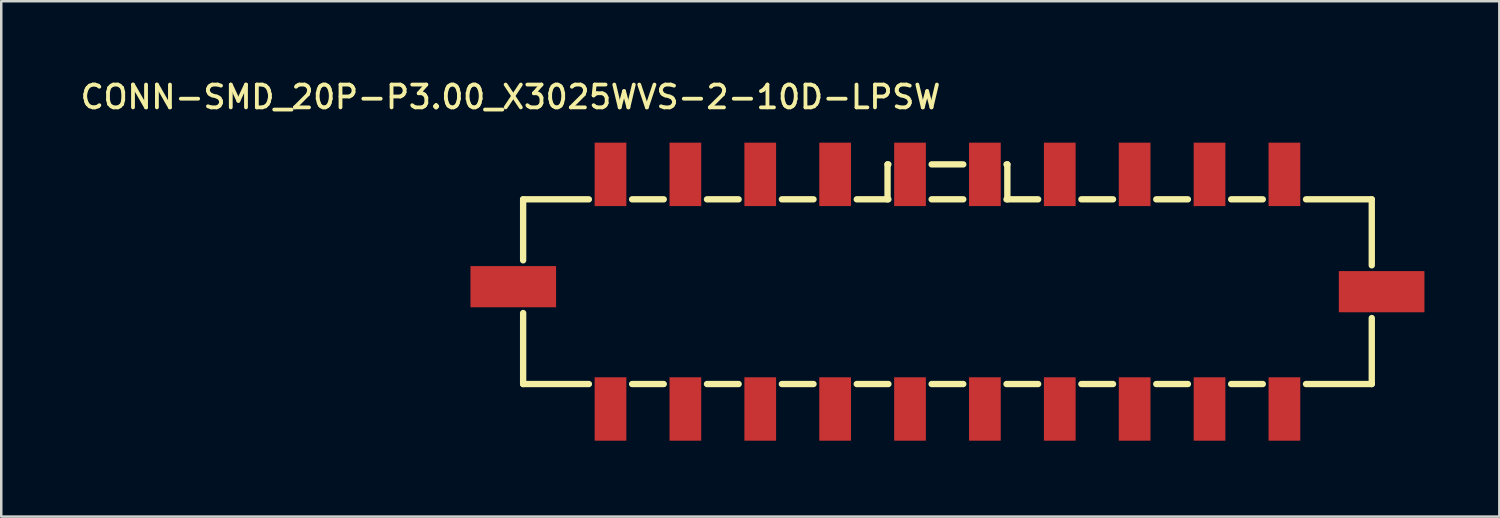
<source format=kicad_pcb>
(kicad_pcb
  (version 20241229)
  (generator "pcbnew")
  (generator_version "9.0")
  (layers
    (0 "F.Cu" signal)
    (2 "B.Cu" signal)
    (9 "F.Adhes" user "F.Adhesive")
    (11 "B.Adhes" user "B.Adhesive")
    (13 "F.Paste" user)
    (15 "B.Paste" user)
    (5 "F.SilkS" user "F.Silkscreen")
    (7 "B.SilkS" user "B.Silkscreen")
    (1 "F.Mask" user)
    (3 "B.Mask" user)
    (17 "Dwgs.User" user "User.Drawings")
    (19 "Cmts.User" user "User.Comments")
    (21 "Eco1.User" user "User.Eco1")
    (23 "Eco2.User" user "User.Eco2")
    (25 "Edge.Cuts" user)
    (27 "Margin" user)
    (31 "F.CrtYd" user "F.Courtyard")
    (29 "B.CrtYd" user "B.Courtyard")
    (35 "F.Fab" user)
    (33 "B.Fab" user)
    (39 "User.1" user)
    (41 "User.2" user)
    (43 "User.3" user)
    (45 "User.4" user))
  (footprint "CONN-SMD_20P-P3.00_X3025WVS-2-10D-LPSW"
    (layer "F.Cu")
    (at 34.909 8.636)
    (property "Reference" "CONN-SMD_20P-P3.00_X3025WVS-2-10D-LPSW" (at -0.192 -7.264 180) (layer "F.SilkS") (effects (font (size 0.914 0.914) (thickness 0.152)) (justify right bottom)))
    (attr through_hole)
    (fp_line (start -17 -3.7) (end -17 -1.256) (stroke (width 0.254) (type default)) (layer "F.SilkS"))
    (fp_line (start -17 -3.7) (end -14.366 -3.7) (stroke (width 0.254) (type default)) (layer "F.SilkS"))
    (fp_line (start -17 0.856) (end -17 3.7) (stroke (width 0.254) (type default)) (layer "F.SilkS"))
    (fp_line (start -17 3.7) (end -14.366 3.7) (stroke (width 0.254) (type default)) (layer "F.SilkS"))
    (fp_line (start -12.634 3.7) (end -11.366 3.7) (stroke (width 0.254) (type default)) (layer "F.SilkS"))
    (fp_line (start -11.366 -3.7) (end -12.634 -3.7) (stroke (width 0.254) (type default)) (layer "F.SilkS"))
    (fp_line (start -9.634 3.7) (end -8.366 3.7) (stroke (width 0.254) (type default)) (layer "F.SilkS"))
    (fp_line (start -8.366 -3.7) (end -9.634 -3.7) (stroke (width 0.254) (type default)) (layer "F.SilkS"))
    (fp_line (start -6.634 3.7) (end -5.366 3.7) (stroke (width 0.254) (type default)) (layer "F.SilkS"))
    (fp_line (start -5.366 -3.7) (end -6.634 -3.7) (stroke (width 0.254) (type default)) (layer "F.SilkS"))
    (fp_line (start -3.634 3.7) (end -2.366 3.7) (stroke (width 0.254) (type default)) (layer "F.SilkS"))
    (fp_line (start -2.4 -3.7) (end -2.4 -5.1) (stroke (width 0.254) (type default)) (layer "F.SilkS"))
    (fp_line (start -2.366 -3.7) (end -3.634 -3.7) (stroke (width 0.254) (type default)) (layer "F.SilkS"))
    (fp_line (start -2.366 -5.1) (end -2.4 -5.1) (stroke (width 0.254) (type default)) (layer "F.SilkS"))
    (fp_line (start -0.634 3.7) (end 0.634 3.7) (stroke (width 0.254) (type default)) (layer "F.SilkS"))
    (fp_line (start 0.634 -3.7) (end -0.634 -3.7) (stroke (width 0.254) (type default)) (layer "F.SilkS"))
    (fp_line (start 0.634 -5.1) (end -0.634 -5.1) (stroke (width 0.254) (type default)) (layer "F.SilkS"))
    (fp_line (start 2.366 3.7) (end 3.634 3.7) (stroke (width 0.254) (type default)) (layer "F.SilkS"))
    (fp_line (start 2.4 -5.1) (end 2.366 -5.1) (stroke (width 0.254) (type default)) (layer "F.SilkS"))
    (fp_line (start 2.4 -3.7) (end 2.4 -5.1) (stroke (width 0.254) (type default)) (layer "F.SilkS"))
    (fp_line (start 3.634 -3.7) (end 2.366 -3.7) (stroke (width 0.254) (type default)) (layer "F.SilkS"))
    (fp_line (start 5.366 3.7) (end 6.634 3.7) (stroke (width 0.254) (type default)) (layer "F.SilkS"))
    (fp_line (start 6.634 -3.7) (end 5.366 -3.7) (stroke (width 0.254) (type default)) (layer "F.SilkS"))
    (fp_line (start 8.366 3.7) (end 9.634 3.7) (stroke (width 0.254) (type default)) (layer "F.SilkS"))
    (fp_line (start 9.634 -3.7) (end 8.366 -3.7) (stroke (width 0.254) (type default)) (layer "F.SilkS"))
    (fp_line (start 11.366 3.7) (end 12.634 3.7) (stroke (width 0.254) (type default)) (layer "F.SilkS"))
    (fp_line (start 12.634 -3.7) (end 11.366 -3.7) (stroke (width 0.254) (type default)) (layer "F.SilkS"))
    (fp_line (start 14.366 3.7) (end 17 3.7) (stroke (width 0.254) (type default)) (layer "F.SilkS"))
    (fp_line (start 17 -3.7) (end 14.366 -3.7) (stroke (width 0.254) (type default)) (layer "F.SilkS"))
    (fp_line (start 17 -1.056) (end 17 -3.7) (stroke (width 0.254) (type default)) (layer "F.SilkS"))
    (fp_line (start 17 3.7) (end 17 1.056) (stroke (width 0.254) (type default)) (layer "F.SilkS"))
    (fp_circle (center 17.525 5.951) (end 17.555 5.951) (stroke (width 0.06) (type default)) (fill no) (layer "User.5"))
    (pad "1" smd rect (at 13.5 4.7 90) (size 2.54 1.27) (layers "F.Cu" "F.Mask" "F.Paste"))
    (pad "2" smd rect (at 10.5 4.7 90) (size 2.54 1.27) (layers "F.Cu" "F.Mask" "F.Paste"))
    (pad "3" smd rect (at 7.5 4.7 90) (size 2.54 1.27) (layers "F.Cu" "F.Mask" "F.Paste"))
    (pad "4" smd rect (at 4.5 4.7 90) (size 2.54 1.27) (layers "F.Cu" "F.Mask" "F.Paste"))
    (pad "5" smd rect (at 1.5 4.7 90) (size 2.54 1.27) (layers "F.Cu" "F.Mask" "F.Paste"))
    (pad "6" smd rect (at -1.5 4.7 90) (size 2.54 1.27) (layers "F.Cu" "F.Mask" "F.Paste"))
    (pad "7" smd rect (at -4.5 4.7 90) (size 2.54 1.27) (layers "F.Cu" "F.Mask" "F.Paste"))
    (pad "8" smd rect (at -7.5 4.7 90) (size 2.54 1.27) (layers "F.Cu" "F.Mask" "F.Paste"))
    (pad "9" smd rect (at -10.5 4.7 90) (size 2.54 1.27) (layers "F.Cu" "F.Mask" "F.Paste"))
    (pad "10" smd rect (at -13.5 4.7 90) (size 2.54 1.27) (layers "F.Cu" "F.Mask" "F.Paste"))
    (pad "11" smd rect (at 13.5 -4.7 90) (size 2.54 1.27) (layers "F.Cu" "F.Mask" "F.Paste"))
    (pad "12" smd rect (at 10.5 -4.7 90) (size 2.54 1.27) (layers "F.Cu" "F.Mask" "F.Paste"))
    (pad "13" smd rect (at 7.5 -4.7 90) (size 2.54 1.27) (layers "F.Cu" "F.Mask" "F.Paste"))
    (pad "14" smd rect (at 4.5 -4.7 90) (size 2.54 1.27) (layers "F.Cu" "F.Mask" "F.Paste"))
    (pad "15" smd rect (at 1.5 -4.7 90) (size 2.54 1.27) (layers "F.Cu" "F.Mask" "F.Paste"))
    (pad "16" smd rect (at -1.5 -4.7 90) (size 2.54 1.27) (layers "F.Cu" "F.Mask" "F.Paste"))
    (pad "17" smd rect (at -4.5 -4.7 90) (size 2.54 1.27) (layers "F.Cu" "F.Mask" "F.Paste"))
    (pad "18" smd rect (at -7.5 -4.7 90) (size 2.54 1.27) (layers "F.Cu" "F.Mask" "F.Paste"))
    (pad "19" smd rect (at -10.5 -4.7 90) (size 2.54 1.27) (layers "F.Cu" "F.Mask" "F.Paste"))
    (pad "20" smd rect (at -13.5 -4.7 90) (size 2.54 1.27) (layers "F.Cu" "F.Mask" "F.Paste"))
    (pad "21" smd rect (at -17.395 -0.2 180) (size 3.43 1.65) (layers "F.Cu" "F.Mask" "F.Paste"))
    (pad "22" smd rect (at 17.395 0 180) (size 3.43 1.65) (layers "F.Cu" "F.Mask" "F.Paste"))
    (zone (net_name "") (layer "F.SilkS") (hatch edge 0.5) (priority 100) (connect_pads yes) (min_thickness 0) (filled_areas_thickness no) (fill) (polygon (pts (xy 47.729 10.345) (xy 49.129 10.345) (xy 48.429 11.645))) (filled_polygon (layer "F.SilkS") (island) (pts (xy 47.729 10.345) (xy 49.129 10.345) (xy 48.429 11.645))))
    (zone (net_name "") (layer "Dwgs.User") (hatch edge 0.5) (priority 100) (connect_pads yes) (min_thickness 0) (filled_areas_thickness no) (fill yes) (polygon (pts (xy 47.729 10.345) (xy 49.129 10.345) (xy 48.429 11.645))) (filled_polygon (layer "Dwgs.User") (island) (pts (xy 47.729 10.345) (xy 49.129 10.345) (xy 48.429 11.645))))
    (zone (net_name "") (layer "Dwgs.User") (hatch edge 0.5) (priority 100) (connect_pads yes) (min_thickness 0) (filled_areas_thickness no) (fill yes) (polygon (pts (xy 33.929 3.445) (xy 33.929 4.845) (xy 35.929 4.845) (xy 35.929 3.445))) (filled_polygon (layer "Dwgs.User") (island) (pts (xy 33.929 3.445) (xy 33.929 4.845) (xy 35.929 4.845) (xy 35.929 3.445))))
    (zone (net_name "") (layer "User.3") (hatch edge 0.5) (priority 100) (connect_pads yes) (min_thickness 0) (filled_areas_thickness no) (fill yes) (polygon (pts (xy 18.104 12.296) (xy 18.104 4.896) (xy 51.754 4.896) (xy 51.754 12.296))) (filled_polygon (layer "User.3") (island) (pts (xy 18.104 12.296) (xy 18.104 4.896) (xy 51.754 4.896) (xy 51.754 12.296))))
    (zone (net_name "") (layer "User.4") (hatch edge 0.5) (priority 100) (connect_pads yes) (min_thickness 0) (filled_areas_thickness no) (fill yes) (polygon (pts (xy 19.804 8.995) (xy 17.404 8.995) (xy 17.404 7.695) (xy 19.804 7.695))) (filled_polygon (layer "User.4") (island) (pts (xy 19.804 8.995) (xy 17.404 8.995) (xy 17.404 7.695) (xy 19.804 7.695))))
    (zone (net_name "") (layer "User.4") (hatch edge 0.5) (priority 100) (connect_pads yes) (min_thickness 0) (filled_areas_thickness no) (fill yes) (polygon (pts (xy 21.729 12.096) (xy 21.729 14.496) (xy 21.129 14.496) (xy 21.129 12.096))) (filled_polygon (layer "User.4") (island) (pts (xy 21.729 12.096) (xy 21.729 14.496) (xy 21.129 14.496) (xy 21.129 12.096))))
    (zone (net_name "") (layer "User.4") (hatch edge 0.5) (priority 100) (connect_pads yes) (min_thickness 0) (filled_areas_thickness no) (fill yes) (polygon (pts (xy 21.729 2.696) (xy 21.729 5.096) (xy 21.129 5.096) (xy 21.129 2.696))) (filled_polygon (layer "User.4") (island) (pts (xy 21.729 2.696) (xy 21.729 5.096) (xy 21.129 5.096) (xy 21.129 2.696))))
    (zone (net_name "") (layer "User.4") (hatch edge 0.5) (priority 100) (connect_pads yes) (min_thickness 0) (filled_areas_thickness no) (fill yes) (polygon (pts (xy 24.729 12.096) (xy 24.729 14.496) (xy 24.129 14.496) (xy 24.129 12.096))) (filled_polygon (layer "User.4") (island) (pts (xy 24.729 12.096) (xy 24.729 14.496) (xy 24.129 14.496) (xy 24.129 12.096))))
    (zone (net_name "") (layer "User.4") (hatch edge 0.5) (priority 100) (connect_pads yes) (min_thickness 0) (filled_areas_thickness no) (fill yes) (polygon (pts (xy 24.729 2.696) (xy 24.729 5.096) (xy 24.129 5.096) (xy 24.129 2.696))) (filled_polygon (layer "User.4") (island) (pts (xy 24.729 2.696) (xy 24.729 5.096) (xy 24.129 5.096) (xy 24.129 2.696))))
    (zone (net_name "") (layer "User.4") (hatch edge 0.5) (priority 100) (connect_pads yes) (min_thickness 0) (filled_areas_thickness no) (fill yes) (polygon (pts (xy 27.729 12.096) (xy 27.729 14.496) (xy 27.129 14.496) (xy 27.129 12.096))) (filled_polygon (layer "User.4") (island) (pts (xy 27.729 12.096) (xy 27.729 14.496) (xy 27.129 14.496) (xy 27.129 12.096))))
    (zone (net_name "") (layer "User.4") (hatch edge 0.5) (priority 100) (connect_pads yes) (min_thickness 0) (filled_areas_thickness no) (fill yes) (polygon (pts (xy 27.729 2.696) (xy 27.729 5.096) (xy 27.129 5.096) (xy 27.129 2.696))) (filled_polygon (layer "User.4") (island) (pts (xy 27.729 2.696) (xy 27.729 5.096) (xy 27.129 5.096) (xy 27.129 2.696))))
    (zone (net_name "") (layer "User.4") (hatch edge 0.5) (priority 100) (connect_pads yes) (min_thickness 0) (filled_areas_thickness no) (fill yes) (polygon (pts (xy 30.729 12.096) (xy 30.729 14.496) (xy 30.129 14.496) (xy 30.129 12.096))) (filled_polygon (layer "User.4") (island) (pts (xy 30.729 12.096) (xy 30.729 14.496) (xy 30.129 14.496) (xy 30.129 12.096))))
    (zone (net_name "") (layer "User.4") (hatch edge 0.5) (priority 100) (connect_pads yes) (min_thickness 0) (filled_areas_thickness no) (fill yes) (polygon (pts (xy 30.729 2.696) (xy 30.729 5.096) (xy 30.129 5.096) (xy 30.129 2.696))) (filled_polygon (layer "User.4") (island) (pts (xy 30.729 2.696) (xy 30.729 5.096) (xy 30.129 5.096) (xy 30.129 2.696))))
    (zone (net_name "") (layer "User.4") (hatch edge 0.5) (priority 100) (connect_pads yes) (min_thickness 0) (filled_areas_thickness no) (fill yes) (polygon (pts (xy 33.729 12.096) (xy 33.729 14.496) (xy 33.129 14.496) (xy 33.129 12.096))) (filled_polygon (layer "User.4") (island) (pts (xy 33.729 12.096) (xy 33.729 14.496) (xy 33.129 14.496) (xy 33.129 12.096))))
    (zone (net_name "") (layer "User.4") (hatch edge 0.5) (priority 100) (connect_pads yes) (min_thickness 0) (filled_areas_thickness no) (fill yes) (polygon (pts (xy 33.729 2.696) (xy 33.729 5.096) (xy 33.129 5.096) (xy 33.129 2.696))) (filled_polygon (layer "User.4") (island) (pts (xy 33.729 2.696) (xy 33.729 5.096) (xy 33.129 5.096) (xy 33.129 2.696))))
    (zone (net_name "") (layer "User.4") (hatch edge 0.5) (priority 100) (connect_pads yes) (min_thickness 0) (filled_areas_thickness no) (fill yes) (polygon (pts (xy 36.729 12.096) (xy 36.729 14.496) (xy 36.129 14.496) (xy 36.129 12.096))) (filled_polygon (layer "User.4") (island) (pts (xy 36.729 12.096) (xy 36.729 14.496) (xy 36.129 14.496) (xy 36.129 12.096))))
    (zone (net_name "") (layer "User.4") (hatch edge 0.5) (priority 100) (connect_pads yes) (min_thickness 0) (filled_areas_thickness no) (fill yes) (polygon (pts (xy 36.729 2.696) (xy 36.729 5.096) (xy 36.129 5.096) (xy 36.129 2.696))) (filled_polygon (layer "User.4") (island) (pts (xy 36.729 2.696) (xy 36.729 5.096) (xy 36.129 5.096) (xy 36.129 2.696))))
    (zone (net_name "") (layer "User.4") (hatch edge 0.5) (priority 100) (connect_pads yes) (min_thickness 0) (filled_areas_thickness no) (fill yes) (polygon (pts (xy 39.729 12.096) (xy 39.729 14.496) (xy 39.129 14.496) (xy 39.129 12.096))) (filled_polygon (layer "User.4") (island) (pts (xy 39.729 12.096) (xy 39.729 14.496) (xy 39.129 14.496) (xy 39.129 12.096))))
    (zone (net_name "") (layer "User.4") (hatch edge 0.5) (priority 100) (connect_pads yes) (min_thickness 0) (filled_areas_thickness no) (fill yes) (polygon (pts (xy 39.729 2.696) (xy 39.729 5.096) (xy 39.129 5.096) (xy 39.129 2.696))) (filled_polygon (layer "User.4") (island) (pts (xy 39.729 2.696) (xy 39.729 5.096) (xy 39.129 5.096) (xy 39.129 2.696))))
    (zone (net_name "") (layer "User.4") (hatch edge 0.5) (priority 100) (connect_pads yes) (min_thickness 0) (filled_areas_thickness no) (fill yes) (polygon (pts (xy 42.729 2.696) (xy 42.729 5.096) (xy 42.129 5.096) (xy 42.129 2.696))) (filled_polygon (layer "User.4") (island) (pts (xy 42.729 2.696) (xy 42.729 5.096) (xy 42.129 5.096) (xy 42.129 2.696))))
    (zone (net_name "") (layer "User.4") (hatch edge 0.5) (priority 100) (connect_pads yes) (min_thickness 0) (filled_areas_thickness no) (fill yes) (polygon (pts (xy 42.729 12.096) (xy 42.729 14.496) (xy 42.129 14.496) (xy 42.129 12.096))) (filled_polygon (layer "User.4") (island) (pts (xy 42.729 12.096) (xy 42.729 14.496) (xy 42.129 14.496) (xy 42.129 12.096))))
    (zone (net_name "") (layer "User.4") (hatch edge 0.5) (priority 100) (connect_pads yes) (min_thickness 0) (filled_areas_thickness no) (fill yes) (polygon (pts (xy 45.729 2.696) (xy 45.729 5.096) (xy 45.129 5.096) (xy 45.129 2.696))) (filled_polygon (layer "User.4") (island) (pts (xy 45.729 2.696) (xy 45.729 5.096) (xy 45.129 5.096) (xy 45.129 2.696))))
    (zone (net_name "") (layer "User.4") (hatch edge 0.5) (priority 100) (connect_pads yes) (min_thickness 0) (filled_areas_thickness no) (fill yes) (polygon (pts (xy 45.729 12.096) (xy 45.729 14.496) (xy 45.129 14.496) (xy 45.129 12.096))) (filled_polygon (layer "User.4") (island) (pts (xy 45.729 12.096) (xy 45.729 14.496) (xy 45.129 14.496) (xy 45.129 12.096))))
    (zone (net_name "") (layer "User.4") (hatch edge 0.5) (priority 100) (connect_pads yes) (min_thickness 0) (filled_areas_thickness no) (fill yes) (polygon (pts (xy 48.729 2.696) (xy 48.729 5.096) (xy 48.129 5.096) (xy 48.129 2.696))) (filled_polygon (layer "User.4") (island) (pts (xy 48.729 2.696) (xy 48.729 5.096) (xy 48.129 5.096) (xy 48.129 2.696))))
    (zone (net_name "") (layer "User.4") (hatch edge 0.5) (priority 100) (connect_pads yes) (min_thickness 0) (filled_areas_thickness no) (fill yes) (polygon (pts (xy 48.729 12.096) (xy 48.729 14.496) (xy 48.129 14.496) (xy 48.129 12.096))) (filled_polygon (layer "User.4") (island) (pts (xy 48.729 12.096) (xy 48.729 14.496) (xy 48.129 14.496) (xy 48.129 12.096))))
    (zone (net_name "") (layer "User.4") (hatch edge 0.5) (priority 100) (connect_pads yes) (min_thickness 0) (filled_areas_thickness no) (fill yes) (polygon (pts (xy 52.454 9.195) (xy 50.054 9.195) (xy 50.054 7.895) (xy 52.454 7.895))) (filled_polygon (layer "User.4") (island) (pts (xy 52.454 9.195) (xy 50.054 9.195) (xy 50.054 7.895) (xy 52.454 7.895)))))
  (gr_rect
    (start -3 -3)
    (end 57.019 17.647)
    (stroke (width 0.1) (type default))
    (fill no)
    (layer "Edge.Cuts")))
</source>
